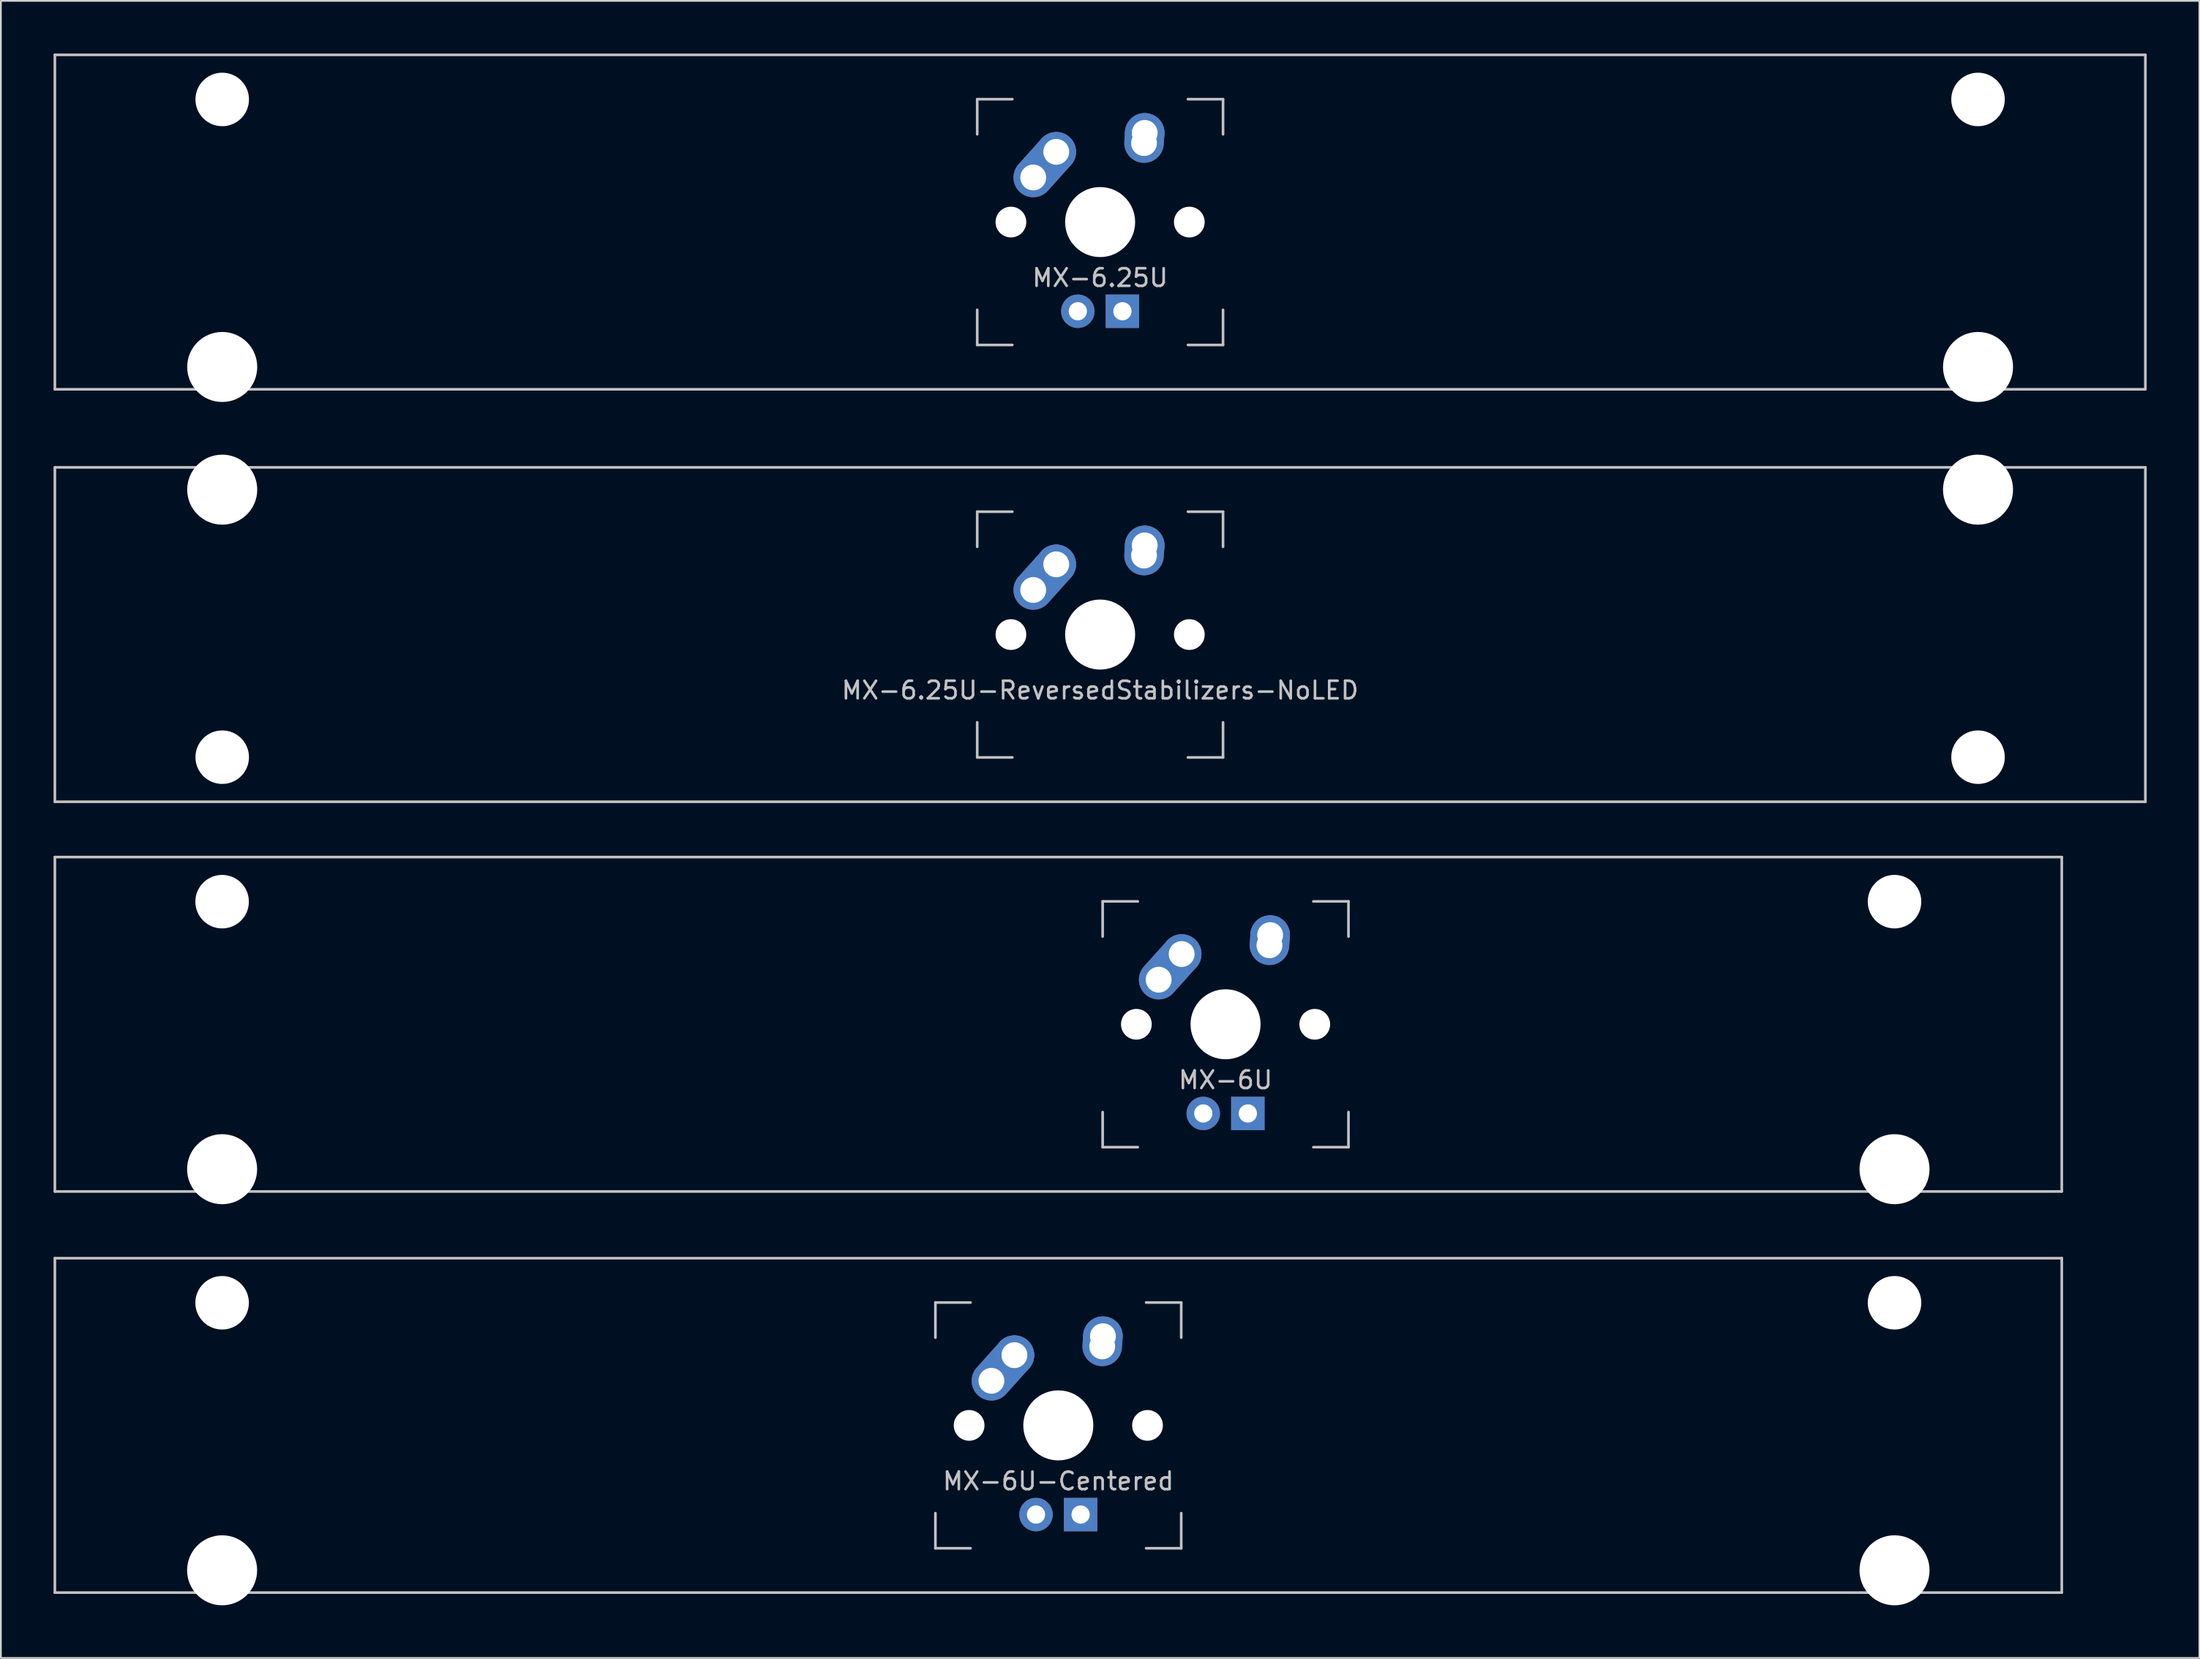
<source format=kicad_pcb>
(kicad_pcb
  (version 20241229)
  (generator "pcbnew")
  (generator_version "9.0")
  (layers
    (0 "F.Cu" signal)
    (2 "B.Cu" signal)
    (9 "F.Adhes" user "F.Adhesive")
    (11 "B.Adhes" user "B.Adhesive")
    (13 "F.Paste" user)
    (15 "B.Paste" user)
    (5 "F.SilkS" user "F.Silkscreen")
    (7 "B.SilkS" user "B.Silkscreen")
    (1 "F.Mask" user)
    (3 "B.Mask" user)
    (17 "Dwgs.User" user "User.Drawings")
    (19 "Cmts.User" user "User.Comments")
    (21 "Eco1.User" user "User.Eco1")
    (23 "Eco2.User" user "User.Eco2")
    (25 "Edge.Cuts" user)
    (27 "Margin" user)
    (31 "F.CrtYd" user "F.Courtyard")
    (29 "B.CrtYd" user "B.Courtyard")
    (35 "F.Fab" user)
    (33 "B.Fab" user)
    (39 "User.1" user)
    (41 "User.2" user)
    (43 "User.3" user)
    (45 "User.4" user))
  (footprint "MX-6.25U"
    (layer "F.Cu")
    (at 59.606 9.6)
    (property "Reference" "MX-6.25U" (at 0 3.175 0) (layer "Dwgs.User") (effects (font (size 1 1) (thickness 0.15))))
    (attr through_hole)
    (fp_line (start -59.531 -9.525) (end 59.531 -9.525) (stroke (width 0.15) (type solid)) (layer "Dwgs.User"))
    (fp_line (start -59.531 9.525) (end -59.531 -9.525) (stroke (width 0.15) (type solid)) (layer "Dwgs.User"))
    (fp_line (start -59.531 9.525) (end 59.531 9.525) (stroke (width 0.15) (type solid)) (layer "Dwgs.User"))
    (fp_line (start -7 -7) (end -7 -5) (stroke (width 0.15) (type solid)) (layer "Dwgs.User"))
    (fp_line (start -7 5) (end -7 7) (stroke (width 0.15) (type solid)) (layer "Dwgs.User"))
    (fp_line (start -7 7) (end -5 7) (stroke (width 0.15) (type solid)) (layer "Dwgs.User"))
    (fp_line (start -5 -7) (end -7 -7) (stroke (width 0.15) (type solid)) (layer "Dwgs.User"))
    (fp_line (start 5 -7) (end 7 -7) (stroke (width 0.15) (type solid)) (layer "Dwgs.User"))
    (fp_line (start 5 7) (end 7 7) (stroke (width 0.15) (type solid)) (layer "Dwgs.User"))
    (fp_line (start 7 -7) (end 7 -5) (stroke (width 0.15) (type solid)) (layer "Dwgs.User"))
    (fp_line (start 7 7) (end 7 5) (stroke (width 0.15) (type solid)) (layer "Dwgs.User"))
    (fp_line (start 59.531 -9.525) (end 59.531 9.525) (stroke (width 0.15) (type solid)) (layer "Dwgs.User"))
    (pad "" np_thru_hole circle (at -50 -6.985) (size 3.048 3.048) (drill 3.048) (layers "*.Cu" "*.Mask"))
    (pad "" np_thru_hole circle (at -50 8.255) (size 3.988 3.988) (drill 3.988) (layers "*.Cu" "*.Mask"))
    (pad "" np_thru_hole circle (at -5.08 0 48.1) (size 1.75 1.75) (drill 1.75) (layers "*.Cu" "*.Mask"))
    (pad "" np_thru_hole circle (at 0 0) (size 3.988 3.988) (drill 3.988) (layers "*.Cu" "*.Mask"))
    (pad "" np_thru_hole circle (at 5.08 0 48.1) (size 1.75 1.75) (drill 1.75) (layers "*.Cu" "*.Mask"))
    (pad "" np_thru_hole circle (at 50 -6.985) (size 3.048 3.048) (drill 3.048) (layers "*.Cu" "*.Mask"))
    (pad "" np_thru_hole circle (at 50 8.255) (size 3.988 3.988) (drill 3.988) (layers "*.Cu" "*.Mask"))
    (pad "1" thru_hole oval (at -3.81 -2.54 48.1) (size 4.212 2.25) (drill 1.47 (offset 0.981 0)) (layers "*.Cu" "*.Mask"))
    (pad "1" thru_hole circle (at -2.5 -4) (size 2.25 2.25) (drill 1.47) (layers "*.Cu" "*.Mask"))
    (pad "2" thru_hole oval (at 2.5 -4.5 86.055) (size 2.831 2.25) (drill 1.47 (offset 0.291 0)) (layers "*.Cu" "*.Mask"))
    (pad "2" thru_hole circle (at 2.54 -5.08) (size 2.25 2.25) (drill 1.47) (layers "*.Cu" "*.Mask"))
    (pad "3" thru_hole circle (at -1.27 5.08) (size 1.905 1.905) (drill 1.04) (layers "*.Cu" "*.Mask"))
    (pad "4" thru_hole rect (at 1.27 5.08) (size 1.905 1.905) (drill 1.04) (layers "*.Cu" "*.Mask")))
  (footprint "MX-6.25U-ReversedStabilizers-NoLED"
    (layer "F.Cu")
    (at 59.606 33.098)
    (property "Reference" "MX-6.25U-ReversedStabilizers-NoLED" (at 0 3.175 0) (layer "Dwgs.User") (effects (font (size 1 1) (thickness 0.15))))
    (attr through_hole)
    (fp_line (start -59.531 -9.525) (end 59.531 -9.525) (stroke (width 0.15) (type solid)) (layer "Dwgs.User"))
    (fp_line (start -59.531 9.525) (end -59.531 -9.525) (stroke (width 0.15) (type solid)) (layer "Dwgs.User"))
    (fp_line (start -59.531 9.525) (end 59.531 9.525) (stroke (width 0.15) (type solid)) (layer "Dwgs.User"))
    (fp_line (start -7 -7) (end -7 -5) (stroke (width 0.15) (type solid)) (layer "Dwgs.User"))
    (fp_line (start -7 5) (end -7 7) (stroke (width 0.15) (type solid)) (layer "Dwgs.User"))
    (fp_line (start -7 7) (end -5 7) (stroke (width 0.15) (type solid)) (layer "Dwgs.User"))
    (fp_line (start -5 -7) (end -7 -7) (stroke (width 0.15) (type solid)) (layer "Dwgs.User"))
    (fp_line (start 5 -7) (end 7 -7) (stroke (width 0.15) (type solid)) (layer "Dwgs.User"))
    (fp_line (start 5 7) (end 7 7) (stroke (width 0.15) (type solid)) (layer "Dwgs.User"))
    (fp_line (start 7 -7) (end 7 -5) (stroke (width 0.15) (type solid)) (layer "Dwgs.User"))
    (fp_line (start 7 7) (end 7 5) (stroke (width 0.15) (type solid)) (layer "Dwgs.User"))
    (fp_line (start 59.531 -9.525) (end 59.531 9.525) (stroke (width 0.15) (type solid)) (layer "Dwgs.User"))
    (pad "" np_thru_hole circle (at -50 -8.255) (size 3.988 3.988) (drill 3.988) (layers "*.Cu" "*.Mask"))
    (pad "" np_thru_hole circle (at -50 6.985) (size 3.048 3.048) (drill 3.048) (layers "*.Cu" "*.Mask"))
    (pad "" np_thru_hole circle (at -5.08 0 48.1) (size 1.75 1.75) (drill 1.75) (layers "*.Cu" "*.Mask"))
    (pad "" np_thru_hole circle (at 0 0) (size 3.988 3.988) (drill 3.988) (layers "*.Cu" "*.Mask"))
    (pad "" np_thru_hole circle (at 5.08 0 48.1) (size 1.75 1.75) (drill 1.75) (layers "*.Cu" "*.Mask"))
    (pad "" np_thru_hole circle (at 50 -8.255) (size 3.988 3.988) (drill 3.988) (layers "*.Cu" "*.Mask"))
    (pad "" np_thru_hole circle (at 50 6.985) (size 3.048 3.048) (drill 3.048) (layers "*.Cu" "*.Mask"))
    (pad "1" thru_hole oval (at -3.81 -2.54 48.1) (size 4.212 2.25) (drill 1.47 (offset 0.981 0)) (layers "*.Cu" "*.Mask"))
    (pad "1" thru_hole circle (at -2.5 -4) (size 2.25 2.25) (drill 1.47) (layers "*.Cu" "*.Mask"))
    (pad "2" thru_hole oval (at 2.5 -4.5 86.055) (size 2.831 2.25) (drill 1.47 (offset 0.291 0)) (layers "*.Cu" "*.Mask"))
    (pad "2" thru_hole circle (at 2.54 -5.08) (size 2.25 2.25) (drill 1.47) (layers "*.Cu" "*.Mask")))
  (footprint "MX-6U"
    (layer "F.Cu")
    (at 57.225 55.298)
    (property "Reference" "MX-6U" (at 9.525 3.175 0) (layer "Dwgs.User") (effects (font (size 1 1) (thickness 0.15))))
    (attr through_hole)
    (fp_line (start -57.15 -9.525) (end 57.15 -9.525) (stroke (width 0.15) (type solid)) (layer "Dwgs.User"))
    (fp_line (start -57.15 9.525) (end -57.15 -9.525) (stroke (width 0.15) (type solid)) (layer "Dwgs.User"))
    (fp_line (start -57.15 9.525) (end 57.15 9.525) (stroke (width 0.15) (type solid)) (layer "Dwgs.User"))
    (fp_line (start 2.525 -7) (end 2.525 -5) (stroke (width 0.15) (type solid)) (layer "Dwgs.User"))
    (fp_line (start 2.525 5) (end 2.525 7) (stroke (width 0.15) (type solid)) (layer "Dwgs.User"))
    (fp_line (start 2.525 7) (end 4.525 7) (stroke (width 0.15) (type solid)) (layer "Dwgs.User"))
    (fp_line (start 4.525 -7) (end 2.525 -7) (stroke (width 0.15) (type solid)) (layer "Dwgs.User"))
    (fp_line (start 14.525 -7) (end 16.525 -7) (stroke (width 0.15) (type solid)) (layer "Dwgs.User"))
    (fp_line (start 14.525 7) (end 16.525 7) (stroke (width 0.15) (type solid)) (layer "Dwgs.User"))
    (fp_line (start 16.525 -7) (end 16.525 -5) (stroke (width 0.15) (type solid)) (layer "Dwgs.User"))
    (fp_line (start 16.525 7) (end 16.525 5) (stroke (width 0.15) (type solid)) (layer "Dwgs.User"))
    (fp_line (start 57.15 -9.525) (end 57.15 9.525) (stroke (width 0.15) (type solid)) (layer "Dwgs.User"))
    (pad "" np_thru_hole circle (at -47.625 -6.985) (size 3.048 3.048) (drill 3.048) (layers "*.Cu" "*.Mask"))
    (pad "" np_thru_hole circle (at -47.625 8.255) (size 3.988 3.988) (drill 3.988) (layers "*.Cu" "*.Mask"))
    (pad "" np_thru_hole circle (at 4.445 0 48.1) (size 1.75 1.75) (drill 1.75) (layers "*.Cu" "*.Mask"))
    (pad "" np_thru_hole circle (at 9.525 0) (size 3.988 3.988) (drill 3.988) (layers "*.Cu" "*.Mask"))
    (pad "" np_thru_hole circle (at 14.605 0 48.1) (size 1.75 1.75) (drill 1.75) (layers "*.Cu" "*.Mask"))
    (pad "" np_thru_hole circle (at 47.625 -6.985) (size 3.048 3.048) (drill 3.048) (layers "*.Cu" "*.Mask"))
    (pad "" np_thru_hole circle (at 47.625 8.255) (size 3.988 3.988) (drill 3.988) (layers "*.Cu" "*.Mask"))
    (pad "1" thru_hole oval (at 5.715 -2.54 48.1) (size 4.212 2.25) (drill 1.47 (offset 0.981 0)) (layers "*.Cu" "*.Mask"))
    (pad "1" thru_hole circle (at 7.025 -4) (size 2.25 2.25) (drill 1.47) (layers "*.Cu" "*.Mask"))
    (pad "2" thru_hole oval (at 12.025 -4.5 86.055) (size 2.831 2.25) (drill 1.47 (offset 0.291 0)) (layers "*.Cu" "*.Mask"))
    (pad "2" thru_hole circle (at 12.065 -5.08) (size 2.25 2.25) (drill 1.47) (layers "*.Cu" "*.Mask"))
    (pad "3" thru_hole circle (at 8.255 5.08) (size 1.905 1.905) (drill 1.04) (layers "*.Cu" "*.Mask"))
    (pad "4" thru_hole rect (at 10.795 5.08) (size 1.905 1.905) (drill 1.04) (layers "*.Cu" "*.Mask")))
  (footprint "MX-6U-Centered"
    (layer "F.Cu")
    (at 57.225 78.147)
    (property "Reference" "MX-6U-Centered" (at 0 3.175 0) (layer "Dwgs.User") (effects (font (size 1 1) (thickness 0.15))))
    (attr through_hole)
    (fp_line (start -57.15 -9.525) (end 57.15 -9.525) (stroke (width 0.15) (type solid)) (layer "Dwgs.User"))
    (fp_line (start -57.15 9.525) (end -57.15 -9.525) (stroke (width 0.15) (type solid)) (layer "Dwgs.User"))
    (fp_line (start -57.15 9.525) (end 57.15 9.525) (stroke (width 0.15) (type solid)) (layer "Dwgs.User"))
    (fp_line (start -7 -7) (end -7 -5) (stroke (width 0.15) (type solid)) (layer "Dwgs.User"))
    (fp_line (start -7 5) (end -7 7) (stroke (width 0.15) (type solid)) (layer "Dwgs.User"))
    (fp_line (start -7 7) (end -5 7) (stroke (width 0.15) (type solid)) (layer "Dwgs.User"))
    (fp_line (start -5 -7) (end -7 -7) (stroke (width 0.15) (type solid)) (layer "Dwgs.User"))
    (fp_line (start 5 -7) (end 7 -7) (stroke (width 0.15) (type solid)) (layer "Dwgs.User"))
    (fp_line (start 5 7) (end 7 7) (stroke (width 0.15) (type solid)) (layer "Dwgs.User"))
    (fp_line (start 7 -7) (end 7 -5) (stroke (width 0.15) (type solid)) (layer "Dwgs.User"))
    (fp_line (start 7 7) (end 7 5) (stroke (width 0.15) (type solid)) (layer "Dwgs.User"))
    (fp_line (start 57.15 -9.525) (end 57.15 9.525) (stroke (width 0.15) (type solid)) (layer "Dwgs.User"))
    (pad "" np_thru_hole circle (at -47.625 -6.985) (size 3.048 3.048) (drill 3.048) (layers "*.Cu" "*.Mask"))
    (pad "" np_thru_hole circle (at -47.625 8.255) (size 3.988 3.988) (drill 3.988) (layers "*.Cu" "*.Mask"))
    (pad "" np_thru_hole circle (at -5.08 0 48.1) (size 1.75 1.75) (drill 1.75) (layers "*.Cu" "*.Mask"))
    (pad "" np_thru_hole circle (at 0 0) (size 3.988 3.988) (drill 3.988) (layers "*.Cu" "*.Mask"))
    (pad "" np_thru_hole circle (at 5.08 0 48.1) (size 1.75 1.75) (drill 1.75) (layers "*.Cu" "*.Mask"))
    (pad "" np_thru_hole circle (at 47.625 -6.985) (size 3.048 3.048) (drill 3.048) (layers "*.Cu" "*.Mask"))
    (pad "" np_thru_hole circle (at 47.625 8.255) (size 3.988 3.988) (drill 3.988) (layers "*.Cu" "*.Mask"))
    (pad "1" thru_hole oval (at -3.81 -2.54 48.1) (size 4.212 2.25) (drill 1.47 (offset 0.981 0)) (layers "*.Cu" "*.Mask"))
    (pad "1" thru_hole circle (at -2.5 -4) (size 2.25 2.25) (drill 1.47) (layers "*.Cu" "*.Mask"))
    (pad "2" thru_hole oval (at 2.5 -4.5 86.055) (size 2.831 2.25) (drill 1.47 (offset 0.291 0)) (layers "*.Cu" "*.Mask"))
    (pad "2" thru_hole circle (at 2.54 -5.08) (size 2.25 2.25) (drill 1.47) (layers "*.Cu" "*.Mask"))
    (pad "3" thru_hole circle (at -1.27 5.08) (size 1.905 1.905) (drill 1.04) (layers "*.Cu" "*.Mask"))
    (pad "4" thru_hole rect (at 1.27 5.08) (size 1.905 1.905) (drill 1.04) (layers "*.Cu" "*.Mask")))
  (gr_rect
    (start -3 -3)
    (end 122.213 91.396)
    (stroke (width 0.1) (type default))
    (fill no)
    (layer "Edge.Cuts")))
</source>
